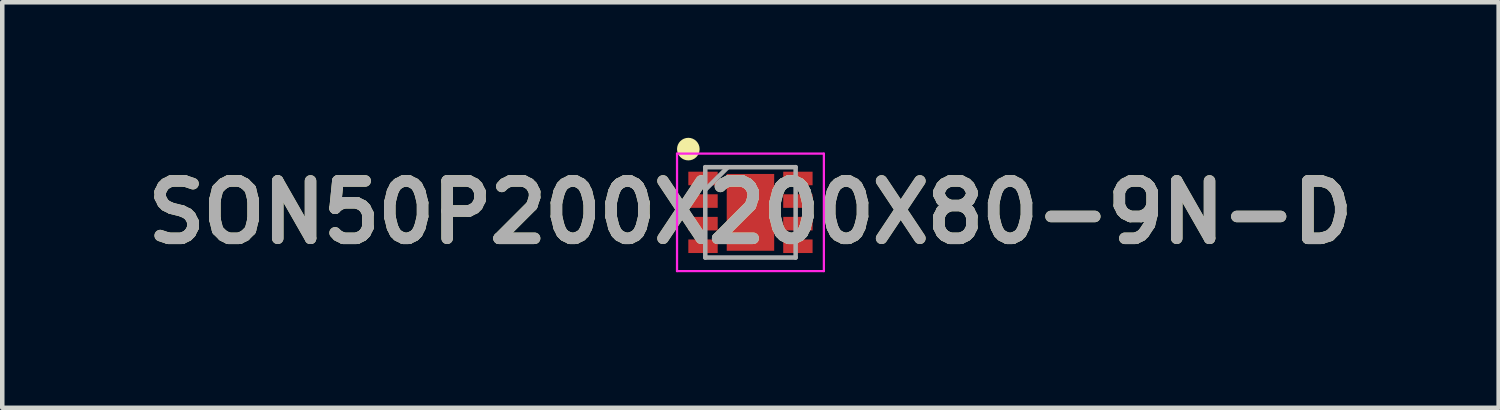
<source format=kicad_pcb>
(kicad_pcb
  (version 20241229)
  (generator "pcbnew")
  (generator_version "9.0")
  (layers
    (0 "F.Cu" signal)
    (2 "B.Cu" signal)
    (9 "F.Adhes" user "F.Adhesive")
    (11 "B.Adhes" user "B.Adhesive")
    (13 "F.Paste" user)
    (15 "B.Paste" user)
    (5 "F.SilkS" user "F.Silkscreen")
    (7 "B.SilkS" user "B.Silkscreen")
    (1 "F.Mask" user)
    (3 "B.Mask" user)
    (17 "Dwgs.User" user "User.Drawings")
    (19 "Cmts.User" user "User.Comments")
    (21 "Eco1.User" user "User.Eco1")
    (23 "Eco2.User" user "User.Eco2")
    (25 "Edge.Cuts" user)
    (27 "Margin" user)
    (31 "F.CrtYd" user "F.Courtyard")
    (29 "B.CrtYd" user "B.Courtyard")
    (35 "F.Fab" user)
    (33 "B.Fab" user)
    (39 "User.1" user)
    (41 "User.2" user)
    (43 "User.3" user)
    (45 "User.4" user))
  (footprint "SON50P200X200X80-9N-D"
    (layer "F.Cu")
    (at 13.559 1.65)
    (property "Reference" "SON50P200X200X80-9N-D" (at 0 0 0) (layer "F.SilkS") (effects (font (size 1.27 1.27) (thickness 0.254))))
    (attr smd)
    (fp_circle (center -1.375 -1.4) (end -1.375 -1.275) (stroke (width 0.25) (type solid)) (fill no) (layer "F.SilkS"))
    (fp_line (start -1.625 -1.3) (end 1.625 -1.3) (stroke (width 0.05) (type solid)) (layer "F.CrtYd"))
    (fp_line (start -1.625 1.3) (end -1.625 -1.3) (stroke (width 0.05) (type solid)) (layer "F.CrtYd"))
    (fp_line (start 1.625 -1.3) (end 1.625 1.3) (stroke (width 0.05) (type solid)) (layer "F.CrtYd"))
    (fp_line (start 1.625 1.3) (end -1.625 1.3) (stroke (width 0.05) (type solid)) (layer "F.CrtYd"))
    (fp_line (start -1 -1) (end 1 -1) (stroke (width 0.1) (type solid)) (layer "F.Fab"))
    (fp_line (start -1 -0.5) (end -0.5 -1) (stroke (width 0.1) (type solid)) (layer "F.Fab"))
    (fp_line (start -1 1) (end -1 -1) (stroke (width 0.1) (type solid)) (layer "F.Fab"))
    (fp_line (start 1 -1) (end 1 1) (stroke (width 0.1) (type solid)) (layer "F.Fab"))
    (fp_line (start 1 1) (end -1 1) (stroke (width 0.1) (type solid)) (layer "F.Fab"))
    (fp_text user "${REFERENCE}" (at 0 0 0) (layer "F.Fab") (effects (font (size 1.27 1.27) (thickness 0.254))))
    (pad "1" smd rect (at -1.05 -0.75 90) (size 0.3 0.65) (layers "F.Cu" "F.Mask" "F.Paste"))
    (pad "2" smd rect (at -1.05 -0.25 90) (size 0.3 0.65) (layers "F.Cu" "F.Mask" "F.Paste"))
    (pad "3" smd rect (at -1.05 0.25 90) (size 0.3 0.65) (layers "F.Cu" "F.Mask" "F.Paste"))
    (pad "4" smd rect (at -1.05 0.75 90) (size 0.3 0.65) (layers "F.Cu" "F.Mask" "F.Paste"))
    (pad "5" smd rect (at 1.05 0.75 90) (size 0.3 0.65) (layers "F.Cu" "F.Mask" "F.Paste"))
    (pad "6" smd rect (at 1.05 0.25 90) (size 0.3 0.65) (layers "F.Cu" "F.Mask" "F.Paste"))
    (pad "7" smd rect (at 1.05 -0.25 90) (size 0.3 0.65) (layers "F.Cu" "F.Mask" "F.Paste"))
    (pad "8" smd rect (at 1.05 -0.75 90) (size 0.3 0.65) (layers "F.Cu" "F.Mask" "F.Paste"))
    (pad "9" smd rect (at 0 0) (size 1.05 1.7) (layers "F.Cu" "F.Mask" "F.Paste")))
  (gr_rect
    (start -3 -3)
    (end 30.118 5.975)
    (stroke (width 0.1) (type default))
    (fill no)
    (layer "Edge.Cuts")))
</source>
